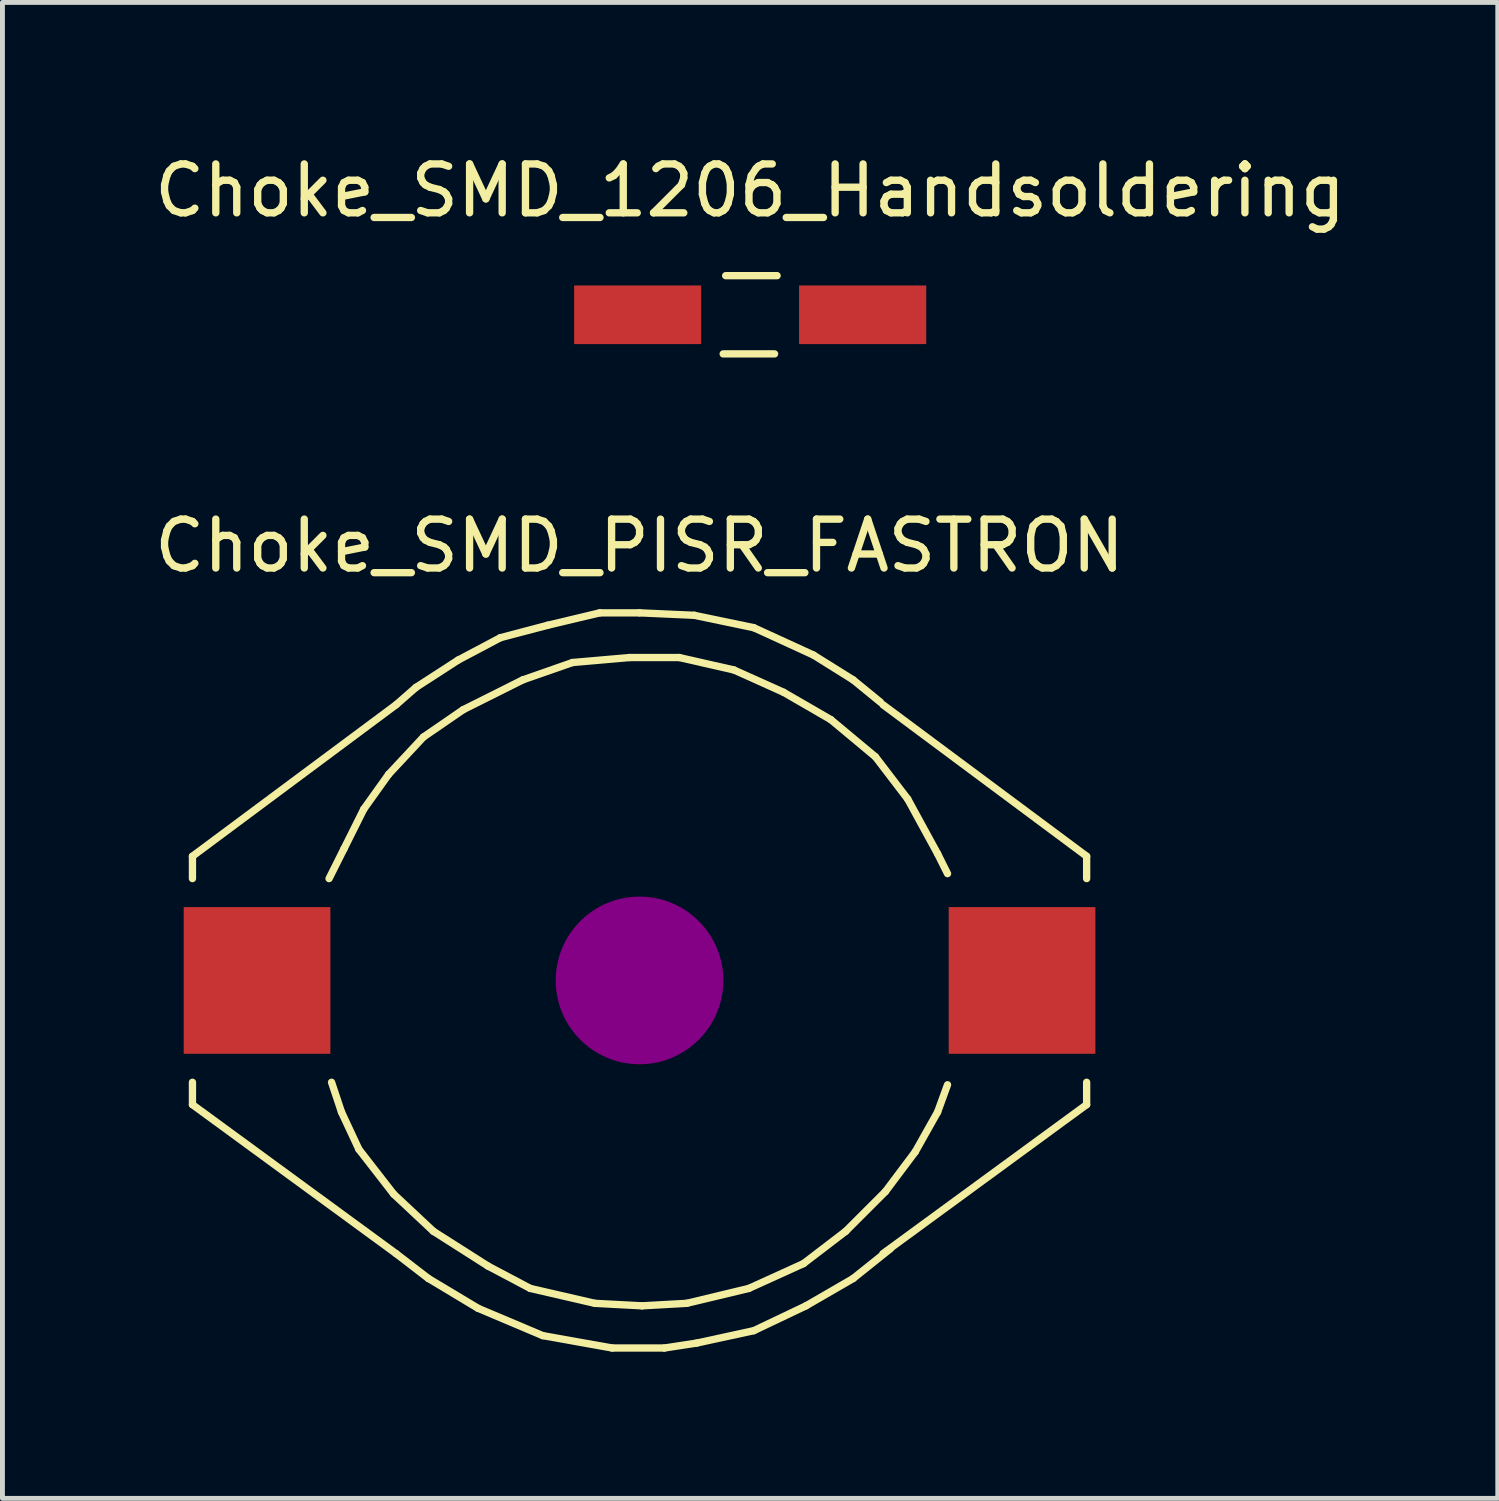
<source format=kicad_pcb>
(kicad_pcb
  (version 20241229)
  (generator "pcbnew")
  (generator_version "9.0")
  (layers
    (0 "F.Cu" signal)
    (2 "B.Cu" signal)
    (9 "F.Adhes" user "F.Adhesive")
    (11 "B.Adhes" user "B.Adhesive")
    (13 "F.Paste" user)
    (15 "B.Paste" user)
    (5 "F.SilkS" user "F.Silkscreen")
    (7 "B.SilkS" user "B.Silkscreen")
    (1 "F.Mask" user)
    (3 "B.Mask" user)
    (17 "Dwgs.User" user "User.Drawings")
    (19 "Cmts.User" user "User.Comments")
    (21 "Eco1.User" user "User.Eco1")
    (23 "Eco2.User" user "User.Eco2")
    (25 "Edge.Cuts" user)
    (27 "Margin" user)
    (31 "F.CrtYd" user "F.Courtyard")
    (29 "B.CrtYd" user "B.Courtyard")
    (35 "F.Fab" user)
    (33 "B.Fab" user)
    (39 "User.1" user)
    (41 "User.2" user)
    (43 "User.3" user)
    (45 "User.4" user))
  (footprint "Choke_SMD_1206_Handsoldering"
    (layer "F.Cu")
    (at 12.292 3.388)
    (property "Reference" "Choke_SMD_1206_Handsoldering" (at 0 -2.54 0) (layer "F.SilkS") (effects (font (size 1 1) (thickness 0.15))))
    (attr smd)
    (fp_line (start -0.551 0.8) (end 0.5 0.8) (stroke (width 0.15) (type solid)) (layer "F.SilkS"))
    (fp_line (start 0.551 -0.8) (end -0.5 -0.8) (stroke (width 0.15) (type solid)) (layer "F.SilkS"))
    (pad "1" smd rect (at -2.301 0) (size 2.598 1.199) (layers "F.Cu" "F.Mask" "F.Paste"))
    (pad "2" smd rect (at 2.301 0) (size 2.601 1.199) (layers "F.Cu" "F.Mask" "F.Paste")))
  (footprint "Choke_SMD_PISR_FASTRON"
    (layer "F.Cu")
    (at 10.03 17.002)
    (property "Reference" "Choke_SMD_PISR_FASTRON" (at 0 -8.89 0) (layer "F.SilkS") (effects (font (size 1 1) (thickness 0.15))))
    (attr smd)
    (fp_line (start -9.144 -2.54) (end -4.978 -5.639) (stroke (width 0.15) (type solid)) (layer "F.SilkS"))
    (fp_line (start -9.144 -2.083) (end -9.144 -2.54) (stroke (width 0.15) (type solid)) (layer "F.SilkS"))
    (fp_line (start -9.144 2.083) (end -9.144 2.54) (stroke (width 0.15) (type solid)) (layer "F.SilkS"))
    (fp_line (start -9.144 2.54) (end -4.978 5.588) (stroke (width 0.15) (type solid)) (layer "F.SilkS"))
    (fp_line (start -6.35 -2.083) (end -6.045 -2.692) (stroke (width 0.15) (type solid)) (layer "F.SilkS"))
    (fp_line (start -6.299 2.083) (end -6.096 2.692) (stroke (width 0.15) (type solid)) (layer "F.SilkS"))
    (fp_line (start -6.096 2.692) (end -5.74 3.454) (stroke (width 0.15) (type solid)) (layer "F.SilkS"))
    (fp_line (start -6.045 -2.692) (end -5.639 -3.505) (stroke (width 0.15) (type solid)) (layer "F.SilkS"))
    (fp_line (start -5.74 3.454) (end -5.029 4.369) (stroke (width 0.15) (type solid)) (layer "F.SilkS"))
    (fp_line (start -5.639 -3.505) (end -5.131 -4.216) (stroke (width 0.15) (type solid)) (layer "F.SilkS"))
    (fp_line (start -5.131 -4.216) (end -4.42 -4.978) (stroke (width 0.15) (type solid)) (layer "F.SilkS"))
    (fp_line (start -5.029 4.369) (end -4.216 5.131) (stroke (width 0.15) (type solid)) (layer "F.SilkS"))
    (fp_line (start -4.978 -5.639) (end -4.572 -5.994) (stroke (width 0.15) (type solid)) (layer "F.SilkS"))
    (fp_line (start -4.978 5.588) (end -4.318 6.096) (stroke (width 0.15) (type solid)) (layer "F.SilkS"))
    (fp_line (start -4.572 -5.994) (end -3.708 -6.553) (stroke (width 0.15) (type solid)) (layer "F.SilkS"))
    (fp_line (start -4.42 -4.978) (end -3.607 -5.537) (stroke (width 0.15) (type solid)) (layer "F.SilkS"))
    (fp_line (start -4.318 6.096) (end -3.302 6.706) (stroke (width 0.15) (type solid)) (layer "F.SilkS"))
    (fp_line (start -4.216 5.131) (end -3.099 5.842) (stroke (width 0.15) (type solid)) (layer "F.SilkS"))
    (fp_line (start -3.708 -6.553) (end -2.845 -7.01) (stroke (width 0.15) (type solid)) (layer "F.SilkS"))
    (fp_line (start -3.607 -5.537) (end -2.388 -6.147) (stroke (width 0.15) (type solid)) (layer "F.SilkS"))
    (fp_line (start -3.302 6.706) (end -1.981 7.264) (stroke (width 0.15) (type solid)) (layer "F.SilkS"))
    (fp_line (start -3.099 5.842) (end -2.235 6.299) (stroke (width 0.15) (type solid)) (layer "F.SilkS"))
    (fp_line (start -2.845 -7.01) (end -1.88 -7.264) (stroke (width 0.15) (type solid)) (layer "F.SilkS"))
    (fp_line (start -2.388 -6.147) (end -1.372 -6.502) (stroke (width 0.15) (type solid)) (layer "F.SilkS"))
    (fp_line (start -2.235 6.299) (end -0.914 6.604) (stroke (width 0.15) (type solid)) (layer "F.SilkS"))
    (fp_line (start -1.981 7.264) (end -0.559 7.518) (stroke (width 0.15) (type solid)) (layer "F.SilkS"))
    (fp_line (start -1.88 -7.264) (end -0.813 -7.518) (stroke (width 0.15) (type solid)) (layer "F.SilkS"))
    (fp_line (start -1.372 -6.502) (end -0.203 -6.604) (stroke (width 0.15) (type solid)) (layer "F.SilkS"))
    (fp_line (start -0.914 6.604) (end 0.051 6.655) (stroke (width 0.15) (type solid)) (layer "F.SilkS"))
    (fp_line (start -0.813 -7.518) (end 0 -7.518) (stroke (width 0.15) (type solid)) (layer "F.SilkS"))
    (fp_line (start -0.559 7.518) (end 0.508 7.518) (stroke (width 0.15) (type solid)) (layer "F.SilkS"))
    (fp_line (start -0.203 -6.604) (end 0.813 -6.604) (stroke (width 0.15) (type solid)) (layer "F.SilkS"))
    (fp_line (start 0 -7.518) (end 1.118 -7.468) (stroke (width 0.15) (type solid)) (layer "F.SilkS"))
    (fp_line (start 0.051 6.655) (end 0.965 6.604) (stroke (width 0.15) (type solid)) (layer "F.SilkS"))
    (fp_line (start 0.508 7.518) (end 1.168 7.417) (stroke (width 0.15) (type solid)) (layer "F.SilkS"))
    (fp_line (start 0.813 -6.604) (end 1.93 -6.35) (stroke (width 0.15) (type solid)) (layer "F.SilkS"))
    (fp_line (start 0.965 6.604) (end 2.235 6.299) (stroke (width 0.15) (type solid)) (layer "F.SilkS"))
    (fp_line (start 1.118 -7.468) (end 2.337 -7.214) (stroke (width 0.15) (type solid)) (layer "F.SilkS"))
    (fp_line (start 1.168 7.417) (end 2.337 7.163) (stroke (width 0.15) (type solid)) (layer "F.SilkS"))
    (fp_line (start 1.93 -6.35) (end 2.946 -5.893) (stroke (width 0.15) (type solid)) (layer "F.SilkS"))
    (fp_line (start 2.235 6.299) (end 3.353 5.791) (stroke (width 0.15) (type solid)) (layer "F.SilkS"))
    (fp_line (start 2.337 -7.214) (end 3.556 -6.655) (stroke (width 0.15) (type solid)) (layer "F.SilkS"))
    (fp_line (start 2.337 7.163) (end 3.404 6.655) (stroke (width 0.15) (type solid)) (layer "F.SilkS"))
    (fp_line (start 2.946 -5.893) (end 3.912 -5.334) (stroke (width 0.15) (type solid)) (layer "F.SilkS"))
    (fp_line (start 3.353 5.791) (end 4.216 5.131) (stroke (width 0.15) (type solid)) (layer "F.SilkS"))
    (fp_line (start 3.404 6.655) (end 4.369 6.096) (stroke (width 0.15) (type solid)) (layer "F.SilkS"))
    (fp_line (start 3.556 -6.655) (end 4.369 -6.147) (stroke (width 0.15) (type solid)) (layer "F.SilkS"))
    (fp_line (start 3.912 -5.334) (end 4.826 -4.572) (stroke (width 0.15) (type solid)) (layer "F.SilkS"))
    (fp_line (start 4.216 5.131) (end 5.029 4.318) (stroke (width 0.15) (type solid)) (layer "F.SilkS"))
    (fp_line (start 4.369 -6.147) (end 4.928 -5.69) (stroke (width 0.15) (type solid)) (layer "F.SilkS"))
    (fp_line (start 4.369 6.096) (end 5.131 5.486) (stroke (width 0.15) (type solid)) (layer "F.SilkS"))
    (fp_line (start 4.826 -4.572) (end 5.486 -3.708) (stroke (width 0.15) (type solid)) (layer "F.SilkS"))
    (fp_line (start 5.029 4.318) (end 5.639 3.505) (stroke (width 0.15) (type solid)) (layer "F.SilkS"))
    (fp_line (start 5.486 -3.708) (end 6.096 -2.591) (stroke (width 0.15) (type solid)) (layer "F.SilkS"))
    (fp_line (start 5.639 3.505) (end 6.096 2.692) (stroke (width 0.15) (type solid)) (layer "F.SilkS"))
    (fp_line (start 6.096 -2.591) (end 6.299 -2.184) (stroke (width 0.15) (type solid)) (layer "F.SilkS"))
    (fp_line (start 6.096 2.692) (end 6.299 2.134) (stroke (width 0.15) (type solid)) (layer "F.SilkS"))
    (fp_line (start 9.144 -2.54) (end 4.978 -5.639) (stroke (width 0.15) (type solid)) (layer "F.SilkS"))
    (fp_line (start 9.144 -2.083) (end 9.144 -2.54) (stroke (width 0.15) (type solid)) (layer "F.SilkS"))
    (fp_line (start 9.144 2.083) (end 9.144 2.54) (stroke (width 0.15) (type solid)) (layer "F.SilkS"))
    (fp_line (start 9.144 2.54) (end 4.978 5.588) (stroke (width 0.15) (type solid)) (layer "F.SilkS"))
    (fp_line (start 0 -0.254) (end 0 0.254) (stroke (width 0.381) (type solid)) (layer "F.Adhes"))
    (fp_circle (center 0 0) (end 0 0.254) (stroke (width 0.381) (type solid)) (fill no) (layer "F.Adhes"))
    (fp_circle (center 0 0) (end 0 0.508) (stroke (width 0.381) (type solid)) (fill no) (layer "F.Adhes"))
    (fp_circle (center 0 0) (end 0 0.762) (stroke (width 0.381) (type solid)) (fill no) (layer "F.Adhes"))
    (fp_circle (center 0 0) (end 0 1.016) (stroke (width 0.381) (type solid)) (fill no) (layer "F.Adhes"))
    (fp_circle (center 0 0) (end 0 1.27) (stroke (width 0.381) (type solid)) (fill no) (layer "F.Adhes"))
    (fp_circle (center 0 0) (end 0 1.524) (stroke (width 0.381) (type solid)) (fill no) (layer "F.Adhes"))
    (pad "1" smd rect (at 7.823 0) (size 3 3) (layers "F.Cu" "F.Mask" "F.Paste"))
    (pad "2" smd rect (at -7.823 0) (size 3 3) (layers "F.Cu" "F.Mask" "F.Paste")))
  (gr_rect
    (start -3 -3)
    (end 27.583 27.595)
    (stroke (width 0.1) (type default))
    (fill no)
    (layer "Edge.Cuts")))
</source>
